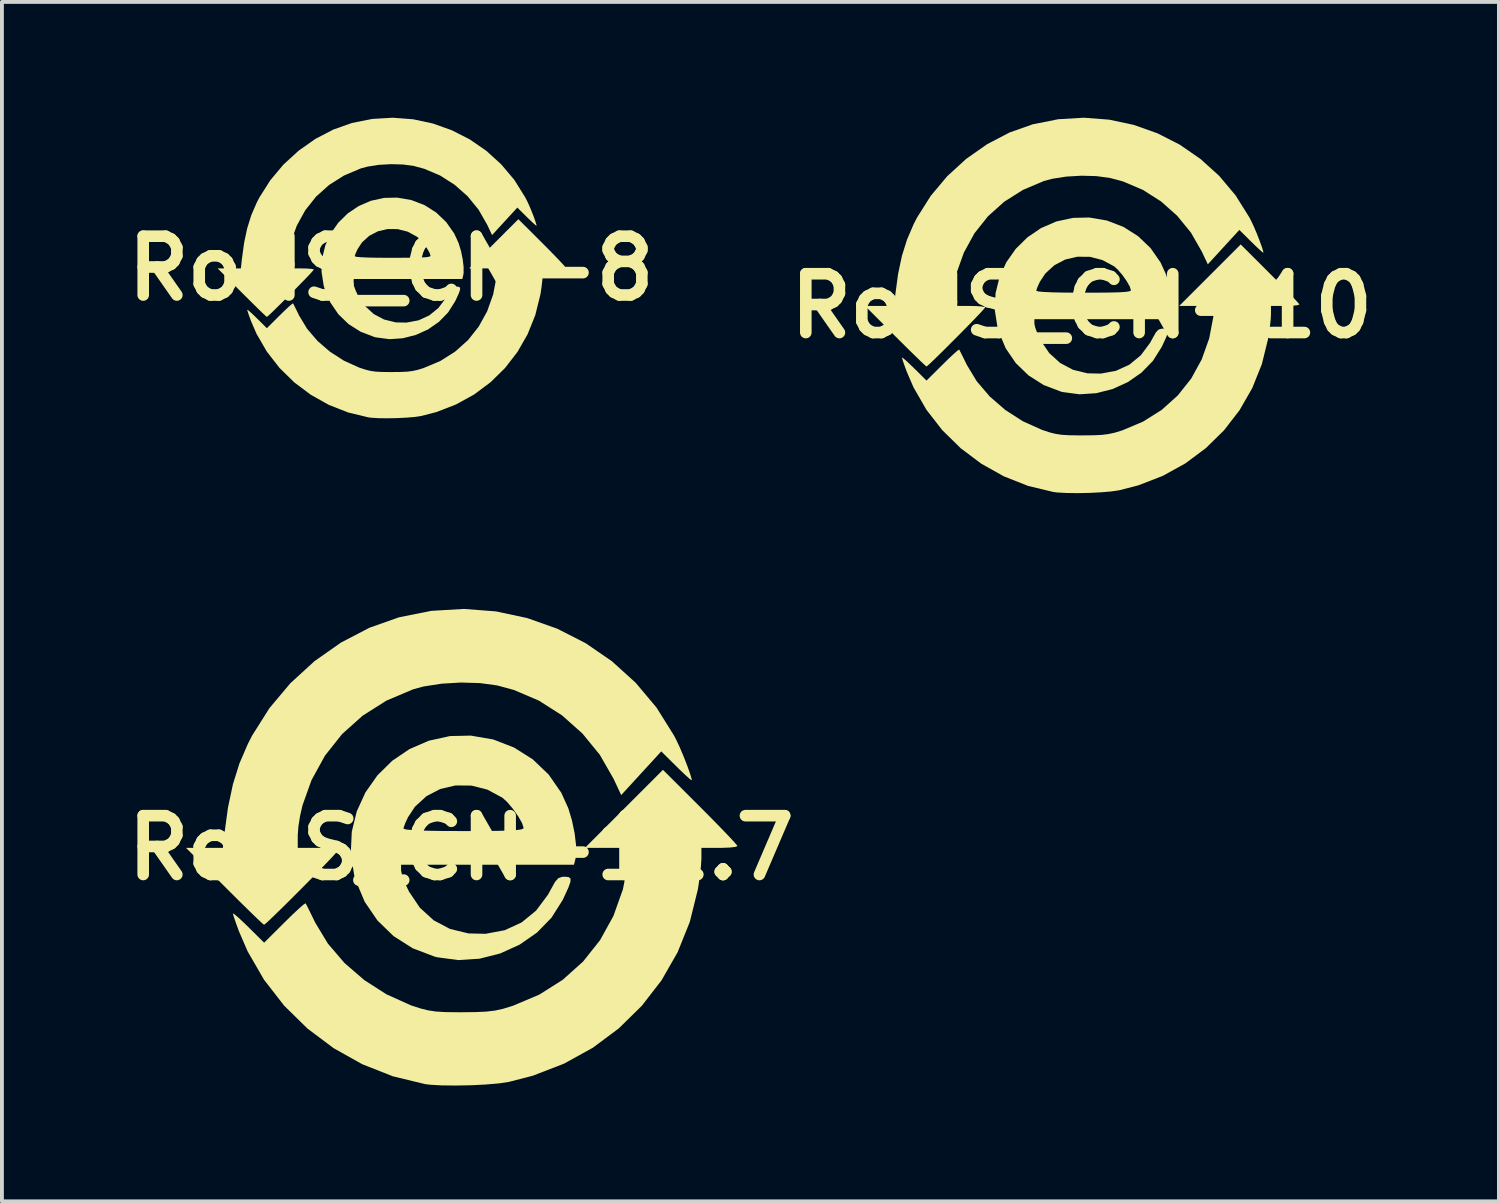
<source format=kicad_pcb>
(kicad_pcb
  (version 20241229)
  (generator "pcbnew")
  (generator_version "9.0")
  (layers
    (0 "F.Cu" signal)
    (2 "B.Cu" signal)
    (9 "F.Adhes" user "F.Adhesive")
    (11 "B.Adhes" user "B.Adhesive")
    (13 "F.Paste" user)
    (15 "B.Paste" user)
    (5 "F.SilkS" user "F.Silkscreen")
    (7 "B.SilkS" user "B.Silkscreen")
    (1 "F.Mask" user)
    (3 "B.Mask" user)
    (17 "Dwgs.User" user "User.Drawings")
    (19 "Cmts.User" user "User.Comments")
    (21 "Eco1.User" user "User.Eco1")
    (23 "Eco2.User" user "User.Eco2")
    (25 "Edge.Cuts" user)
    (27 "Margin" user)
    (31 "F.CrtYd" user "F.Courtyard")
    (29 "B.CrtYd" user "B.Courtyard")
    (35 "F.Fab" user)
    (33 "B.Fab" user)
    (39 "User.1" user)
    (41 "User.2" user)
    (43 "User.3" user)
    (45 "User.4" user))
  (footprint "RoHS_CN-12.7"
    (layer "F.Cu")
    (at 8.897 18.917)
    (property "Reference" "RoHS_CN-12.7" (at 0 0 0) (layer "F.SilkS") (effects (font (size 1.524 1.524) (thickness 0.3))))
    (attr board_only exclude_from_pos_files exclude_from_bom)
    (fp_poly (pts (xy 0.902 -6.127) (xy 1.713 -5.954) (xy 2.492 -5.678) (xy 3.227 -5.303) (xy 3.908 -4.834) (xy 4.524 -4.276) (xy 5.063 -3.634) (xy 5.514 -2.913) (xy 5.571 -2.803) (xy 5.664 -2.606) (xy 5.763 -2.372) (xy 5.856 -2.134) (xy 5.93 -1.927) (xy 5.972 -1.784) (xy 5.976 -1.751) (xy 5.936 -1.775) (xy 5.827 -1.871) (xy 5.67 -2.02) (xy 5.581 -2.108) (xy 5.185 -2.5) (xy 4.666 -1.934) (xy 4.147 -1.368) (xy 3.95 -1.789) (xy 3.593 -2.412) (xy 3.142 -2.964) (xy 2.612 -3.435) (xy 2.015 -3.815) (xy 1.365 -4.092) (xy 0.934 -4.209) (xy 0.492 -4.269) (xy -0.004 -4.284) (xy -0.508 -4.254) (xy -0.972 -4.182) (xy -1.245 -4.108) (xy -1.936 -3.815) (xy -2.551 -3.426) (xy -3.084 -2.949) (xy -3.528 -2.389) (xy -3.877 -1.754) (xy -4.107 -1.111) (xy -4.172 -0.833) (xy -4.217 -0.547) (xy -4.233 -0.328) (xy -4.233 0) (xy -3.704 0) (xy -3.465 0.005) (xy -3.282 0.019) (xy -3.184 0.039) (xy -3.175 0.047) (xy -3.217 0.102) (xy -3.332 0.228) (xy -3.505 0.41) (xy -3.72 0.632) (xy -3.962 0.878) (xy -4.215 1.133) (xy -4.463 1.381) (xy -4.692 1.606) (xy -4.884 1.793) (xy -5.025 1.926) (xy -5.1 1.989) (xy -5.106 1.992) (xy -5.157 1.95) (xy -5.283 1.832) (xy -5.471 1.65) (xy -5.708 1.418) (xy -5.981 1.147) (xy -6.132 0.996) (xy -7.127 0) (xy -6.172 0) (xy -6.134 -0.358) (xy -6.04 -1.048) (xy -5.913 -1.646) (xy -5.745 -2.185) (xy -5.525 -2.695) (xy -5.414 -2.912) (xy -4.966 -3.621) (xy -4.423 -4.267) (xy -3.8 -4.837) (xy -3.112 -5.32) (xy -2.374 -5.704) (xy -1.612 -5.973) (xy -0.772 -6.141) (xy 0.07 -6.191)) (stroke (width 0) (type solid)) (fill yes) (layer "F.SilkS"))
    (fp_poly (pts (xy 6.194 -1.059) (xy 6.476 -0.775) (xy 6.725 -0.521) (xy 6.929 -0.308) (xy 7.076 -0.15) (xy 7.152 -0.061) (xy 7.159 -0.047) (xy 7.102 -0.025) (xy 6.951 -0.008) (xy 6.736 -0.000208) (xy 6.692 0) (xy 6.225 0) (xy 6.225 0.272) (xy 6.214 0.464) (xy 6.185 0.727) (xy 6.143 1.013) (xy 6.133 1.077) (xy 5.925 1.916) (xy 5.609 2.703) (xy 5.192 3.431) (xy 4.681 4.091) (xy 4.085 4.676) (xy 3.41 5.179) (xy 2.666 5.59) (xy 1.859 5.902) (xy 1.232 6.064) (xy 0.975 6.102) (xy 0.635 6.131) (xy 0.25 6.15) (xy -0.144 6.157) (xy -0.508 6.153) (xy -0.808 6.136) (xy -0.934 6.12) (xy -1.768 5.918) (xy -2.561 5.605) (xy -3.302 5.19) (xy -3.981 4.681) (xy -4.586 4.087) (xy -5.106 3.417) (xy -5.532 2.68) (xy -5.756 2.162) (xy -5.833 1.95) (xy -5.89 1.785) (xy -5.914 1.7) (xy -5.914 1.697) (xy -5.874 1.718) (xy -5.765 1.811) (xy -5.607 1.959) (xy -5.509 2.055) (xy -5.104 2.456) (xy -4.577 1.932) (xy -4.372 1.731) (xy -4.201 1.571) (xy -4.081 1.467) (xy -4.03 1.435) (xy -4.03 1.435) (xy -3.995 1.5) (xy -3.92 1.65) (xy -3.819 1.856) (xy -3.778 1.94) (xy -3.452 2.48) (xy -3.023 2.981) (xy -2.511 3.424) (xy -1.936 3.793) (xy -1.318 4.072) (xy -1.276 4.087) (xy -1.052 4.16) (xy -0.858 4.209) (xy -0.658 4.239) (xy -0.417 4.254) (xy -0.099 4.258) (xy 0.031 4.258) (xy 0.39 4.254) (xy 0.661 4.241) (xy 0.881 4.214) (xy 1.086 4.169) (xy 1.312 4.1) (xy 1.338 4.092) (xy 2.024 3.802) (xy 2.633 3.417) (xy 3.16 2.944) (xy 3.6 2.39) (xy 3.946 1.763) (xy 4.193 1.069) (xy 4.329 0.358) (xy 4.372 0) (xy 3.789 -0.000001) (xy 3.207 -0.000001) (xy 4.218 -1.011) (xy 5.229 -2.022)) (stroke (width 0) (type solid)) (fill yes) (layer "F.SilkS"))
    (fp_poly (pts (xy 0.831 -2.809) (xy 1.371 -2.6) (xy 1.855 -2.294) (xy 2.267 -1.901) (xy 2.594 -1.43) (xy 2.776 -1.029) (xy 2.871 -0.714) (xy 2.94 -0.38) (xy 2.978 -0.066) (xy 2.978 0.189) (xy 2.964 0.277) (xy 2.924 0.436) (xy -1.556 0.436) (xy -1.556 0.586) (xy -1.528 0.716) (xy -1.455 0.912) (xy -1.354 1.127) (xy -1.07 1.549) (xy -0.712 1.876) (xy -0.288 2.1) (xy 0.19 2.216) (xy 0.631 2.226) (xy 1.129 2.133) (xy 1.567 1.932) (xy 1.942 1.625) (xy 2.25 1.213) (xy 2.333 1.061) (xy 2.435 0.878) (xy 2.52 0.784) (xy 2.62 0.75) (xy 2.682 0.747) (xy 2.783 0.756) (xy 2.834 0.794) (xy 2.832 0.881) (xy 2.776 1.036) (xy 2.665 1.277) (xy 2.627 1.356) (xy 2.341 1.809) (xy 1.964 2.195) (xy 1.515 2.507) (xy 1.013 2.735) (xy 0.478 2.871) (xy -0.073 2.907) (xy -0.62 2.834) (xy -0.69 2.816) (xy -1.253 2.602) (xy -1.749 2.287) (xy -2.167 1.882) (xy -2.498 1.397) (xy -2.732 0.842) (xy -2.771 0.704) (xy -2.859 0.135) (xy -2.833 -0.42) (xy -2.813 -0.501) (xy -1.494 -0.501) (xy -1.432 -0.477) (xy -1.246 -0.459) (xy -0.935 -0.446) (xy -0.502 -0.438) (xy 0.056 -0.436) (xy 0.062 -0.436) (xy 0.56 -0.437) (xy 0.945 -0.441) (xy 1.231 -0.449) (xy 1.428 -0.461) (xy 1.55 -0.477) (xy 1.609 -0.499) (xy 1.619 -0.517) (xy 1.579 -0.642) (xy 1.478 -0.819) (xy 1.341 -1.013) (xy 1.193 -1.188) (xy 1.069 -1.3) (xy 0.681 -1.509) (xy 0.269 -1.614) (xy -0.144 -1.618) (xy -0.54 -1.526) (xy -0.898 -1.34) (xy -1.197 -1.066) (xy -1.375 -0.796) (xy -1.45 -0.637) (xy -1.491 -0.52) (xy -1.494 -0.501) (xy -2.813 -0.501) (xy -2.703 -0.949) (xy -2.478 -1.439) (xy -2.169 -1.879) (xy -1.785 -2.257) (xy -1.338 -2.56) (xy -0.836 -2.777) (xy -0.289 -2.897) (xy 0.249 -2.909)) (stroke (width 0) (type solid)) (fill yes) (layer "F.SilkS")))
  (footprint "RoHS_CN-10"
    (layer "F.Cu")
    (at 24.975 4.876)
    (property "Reference" "RoHS_CN-10" (at 0 0 0) (layer "F.SilkS") (effects (font (size 1.524 1.524) (thickness 0.3))))
    (attr board_only exclude_from_pos_files exclude_from_bom)
    (fp_poly (pts (xy 0.71 -4.826) (xy 1.349 -4.69) (xy 1.963 -4.472) (xy 2.542 -4.177) (xy 3.078 -3.807) (xy 3.563 -3.368) (xy 3.988 -2.862) (xy 4.343 -2.295) (xy 4.388 -2.208) (xy 4.461 -2.053) (xy 4.539 -1.868) (xy 4.612 -1.681) (xy 4.671 -1.518) (xy 4.704 -1.406) (xy 4.707 -1.379) (xy 4.675 -1.398) (xy 4.59 -1.474) (xy 4.466 -1.591) (xy 4.396 -1.66) (xy 4.084 -1.969) (xy 3.675 -1.523) (xy 3.267 -1.078) (xy 3.111 -1.409) (xy 2.83 -1.899) (xy 2.475 -2.334) (xy 2.057 -2.706) (xy 1.587 -3.005) (xy 1.076 -3.223) (xy 0.736 -3.315) (xy 0.387 -3.363) (xy -0.003 -3.374) (xy -0.4 -3.351) (xy -0.765 -3.294) (xy -0.981 -3.236) (xy -1.525 -3.005) (xy -2.009 -2.699) (xy -2.429 -2.322) (xy -2.779 -1.882) (xy -3.053 -1.382) (xy -3.235 -0.875) (xy -3.286 -0.656) (xy -3.322 -0.431) (xy -3.334 -0.258) (xy -3.334 0) (xy -2.918 0) (xy -2.729 0.004) (xy -2.585 0.015) (xy -2.508 0.03) (xy -2.501 0.037) (xy -2.534 0.08) (xy -2.625 0.18) (xy -2.761 0.323) (xy -2.93 0.498) (xy -3.121 0.692) (xy -3.32 0.892) (xy -3.516 1.088) (xy -3.695 1.265) (xy -3.847 1.412) (xy -3.958 1.517) (xy -4.017 1.567) (xy -4.022 1.569) (xy -4.062 1.536) (xy -4.161 1.443) (xy -4.309 1.3) (xy -4.496 1.117) (xy -4.711 0.903) (xy -4.83 0.785) (xy -5.613 0) (xy -4.861 0) (xy -4.831 -0.282) (xy -4.758 -0.825) (xy -4.658 -1.297) (xy -4.525 -1.721) (xy -4.352 -2.123) (xy -4.264 -2.293) (xy -3.911 -2.852) (xy -3.484 -3.361) (xy -2.993 -3.81) (xy -2.451 -4.19) (xy -1.87 -4.493) (xy -1.27 -4.705) (xy -0.608 -4.837) (xy 0.055 -4.876)) (stroke (width 0) (type solid)) (fill yes) (layer "F.SilkS"))
    (fp_poly (pts (xy 4.879 -0.834) (xy 5.101 -0.611) (xy 5.297 -0.41) (xy 5.458 -0.242) (xy 5.573 -0.118) (xy 5.633 -0.048) (xy 5.639 -0.037) (xy 5.594 -0.02) (xy 5.475 -0.006) (xy 5.306 -0.000163) (xy 5.271 0) (xy 4.903 0) (xy 4.903 0.214) (xy 4.895 0.365) (xy 4.872 0.573) (xy 4.839 0.798) (xy 4.83 0.848) (xy 4.667 1.509) (xy 4.418 2.129) (xy 4.089 2.702) (xy 3.687 3.222) (xy 3.217 3.683) (xy 2.686 4.079) (xy 2.1 4.403) (xy 1.464 4.649) (xy 0.971 4.776) (xy 0.768 4.806) (xy 0.5 4.829) (xy 0.197 4.844) (xy -0.113 4.85) (xy -0.4 4.846) (xy -0.636 4.833) (xy -0.736 4.82) (xy -1.393 4.662) (xy -2.017 4.415) (xy -2.601 4.088) (xy -3.135 3.687) (xy -3.612 3.219) (xy -4.022 2.692) (xy -4.357 2.111) (xy -4.533 1.703) (xy -4.595 1.536) (xy -4.639 1.406) (xy -4.658 1.339) (xy -4.658 1.336) (xy -4.626 1.353) (xy -4.541 1.426) (xy -4.417 1.543) (xy -4.339 1.618) (xy -4.021 1.934) (xy -3.605 1.521) (xy -3.444 1.363) (xy -3.309 1.237) (xy -3.214 1.155) (xy -3.174 1.13) (xy -3.174 1.13) (xy -3.147 1.182) (xy -3.088 1.299) (xy -3.008 1.462) (xy -2.976 1.528) (xy -2.719 1.953) (xy -2.381 2.348) (xy -1.978 2.697) (xy -1.525 2.988) (xy -1.038 3.207) (xy -1.005 3.219) (xy -0.829 3.277) (xy -0.676 3.315) (xy -0.518 3.339) (xy -0.328 3.35) (xy -0.078 3.354) (xy 0.025 3.354) (xy 0.307 3.351) (xy 0.521 3.341) (xy 0.694 3.319) (xy 0.855 3.284) (xy 1.033 3.23) (xy 1.054 3.223) (xy 1.594 2.995) (xy 2.074 2.692) (xy 2.489 2.319) (xy 2.836 1.883) (xy 3.108 1.388) (xy 3.303 0.842) (xy 3.41 0.282) (xy 3.444 0) (xy 2.526 0) (xy 3.322 -0.796) (xy 4.119 -1.593)) (stroke (width 0) (type solid)) (fill yes) (layer "F.SilkS"))
    (fp_poly (pts (xy 0.655 -2.212) (xy 1.08 -2.048) (xy 1.461 -1.807) (xy 1.785 -1.497) (xy 2.043 -1.126) (xy 2.187 -0.81) (xy 2.262 -0.562) (xy 2.316 -0.3) (xy 2.345 -0.052) (xy 2.345 0.149) (xy 2.334 0.218) (xy 2.303 0.343) (xy -1.226 0.343) (xy -1.226 0.462) (xy -1.204 0.564) (xy -1.146 0.718) (xy -1.067 0.888) (xy -0.843 1.22) (xy -0.56 1.477) (xy -0.227 1.654) (xy 0.149 1.746) (xy 0.497 1.753) (xy 0.89 1.68) (xy 1.235 1.522) (xy 1.53 1.28) (xy 1.772 0.956) (xy 1.838 0.835) (xy 1.918 0.692) (xy 1.985 0.617) (xy 2.064 0.591) (xy 2.113 0.588) (xy 2.192 0.595) (xy 2.232 0.625) (xy 2.231 0.694) (xy 2.187 0.816) (xy 2.099 1.006) (xy 2.069 1.068) (xy 1.844 1.425) (xy 1.547 1.729) (xy 1.194 1.974) (xy 0.798 2.154) (xy 0.376 2.261) (xy -0.058 2.289) (xy -0.488 2.232) (xy -0.543 2.218) (xy -0.987 2.049) (xy -1.377 1.801) (xy -1.707 1.482) (xy -1.968 1.1) (xy -2.152 0.663) (xy -2.182 0.554) (xy -2.252 0.106) (xy -2.232 -0.331) (xy -2.216 -0.394) (xy -1.177 -0.394) (xy -1.128 -0.376) (xy -0.981 -0.362) (xy -0.737 -0.351) (xy -0.395 -0.345) (xy 0.044 -0.343) (xy 0.049 -0.343) (xy 0.441 -0.344) (xy 0.745 -0.347) (xy 0.969 -0.353) (xy 1.125 -0.363) (xy 1.221 -0.376) (xy 1.267 -0.393) (xy 1.275 -0.407) (xy 1.244 -0.505) (xy 1.164 -0.645) (xy 1.056 -0.798) (xy 0.94 -0.935) (xy 0.842 -1.024) (xy 0.536 -1.189) (xy 0.212 -1.272) (xy -0.114 -1.275) (xy -0.426 -1.202) (xy -0.707 -1.056) (xy -0.943 -0.84) (xy -1.083 -0.627) (xy -1.142 -0.501) (xy -1.175 -0.41) (xy -1.177 -0.394) (xy -2.216 -0.394) (xy -2.129 -0.747) (xy -1.952 -1.133) (xy -1.708 -1.48) (xy -1.406 -1.777) (xy -1.054 -2.017) (xy -0.658 -2.188) (xy -0.228 -2.281) (xy 0.196 -2.291)) (stroke (width 0) (type solid)) (fill yes) (layer "F.SilkS")))
  (footprint "RoHS_CN-8"
    (layer "F.Cu")
    (at 7.083 3.904)
    (property "Reference" "RoHS_CN-8" (at 0 0 0) (layer "F.SilkS") (effects (font (size 1.524 1.524) (thickness 0.3))))
    (attr board_only exclude_from_pos_files exclude_from_bom)
    (fp_poly (pts (xy 0.569 -3.864) (xy 1.08 -3.755) (xy 1.571 -3.58) (xy 2.035 -3.344) (xy 2.465 -3.048) (xy 2.853 -2.696) (xy 3.193 -2.292) (xy 3.477 -1.837) (xy 3.513 -1.767) (xy 3.571 -1.644) (xy 3.634 -1.496) (xy 3.693 -1.346) (xy 3.739 -1.215) (xy 3.766 -1.125) (xy 3.769 -1.104) (xy 3.743 -1.12) (xy 3.675 -1.18) (xy 3.576 -1.274) (xy 3.519 -1.329) (xy 3.27 -1.576) (xy 2.943 -1.22) (xy 2.615 -0.863) (xy 2.491 -1.128) (xy 2.266 -1.521) (xy 1.982 -1.869) (xy 1.647 -2.166) (xy 1.271 -2.406) (xy 0.861 -2.58) (xy 0.589 -2.654) (xy 0.31 -2.692) (xy -0.003 -2.701) (xy -0.32 -2.683) (xy -0.613 -2.637) (xy -0.785 -2.591) (xy -1.221 -2.406) (xy -1.609 -2.161) (xy -1.945 -1.859) (xy -2.225 -1.506) (xy -2.445 -1.106) (xy -2.59 -0.701) (xy -2.631 -0.525) (xy -2.659 -0.345) (xy -2.67 -0.207) (xy -2.67 0) (xy -2.336 0) (xy -2.185 0.003) (xy -2.07 0.012) (xy -2.008 0.024) (xy -2.002 0.03) (xy -2.029 0.064) (xy -2.101 0.144) (xy -2.21 0.259) (xy -2.346 0.398) (xy -2.499 0.554) (xy -2.658 0.715) (xy -2.815 0.871) (xy -2.959 1.013) (xy -3.08 1.131) (xy -3.169 1.215) (xy -3.216 1.254) (xy -3.22 1.256) (xy -3.252 1.23) (xy -3.332 1.155) (xy -3.45 1.041) (xy -3.599 0.894) (xy -3.772 0.723) (xy -3.867 0.628) (xy -4.494 0) (xy -3.892 0) (xy -3.868 -0.226) (xy -3.809 -0.661) (xy -3.729 -1.038) (xy -3.623 -1.378) (xy -3.484 -1.699) (xy -3.414 -1.836) (xy -3.131 -2.283) (xy -2.789 -2.691) (xy -2.396 -3.05) (xy -1.963 -3.355) (xy -1.497 -3.597) (xy -1.017 -3.767) (xy -0.487 -3.873) (xy 0.044 -3.904)) (stroke (width 0) (type solid)) (fill yes) (layer "F.SilkS"))
    (fp_poly (pts (xy 3.906 -0.668) (xy 4.084 -0.489) (xy 4.241 -0.328) (xy 4.37 -0.194) (xy 4.462 -0.095) (xy 4.51 -0.039) (xy 4.515 -0.03) (xy 4.479 -0.016) (xy 4.383 -0.005) (xy 4.248 -0.000131) (xy 4.22 0) (xy 3.926 0) (xy 3.926 0.172) (xy 3.919 0.292) (xy 3.9 0.459) (xy 3.874 0.639) (xy 3.867 0.679) (xy 3.736 1.208) (xy 3.537 1.704) (xy 3.274 2.163) (xy 2.952 2.58) (xy 2.576 2.949) (xy 2.151 3.266) (xy 1.681 3.525) (xy 1.172 3.722) (xy 0.777 3.824) (xy 0.615 3.848) (xy 0.4 3.866) (xy 0.158 3.878) (xy -0.091 3.883) (xy -0.321 3.88) (xy -0.509 3.869) (xy -0.589 3.859) (xy -1.115 3.732) (xy -1.615 3.535) (xy -2.082 3.273) (xy -2.51 2.952) (xy -2.892 2.577) (xy -3.22 2.155) (xy -3.489 1.69) (xy -3.63 1.363) (xy -3.679 1.229) (xy -3.714 1.125) (xy -3.729 1.072) (xy -3.73 1.07) (xy -3.704 1.083) (xy -3.635 1.142) (xy -3.536 1.235) (xy -3.474 1.296) (xy -3.219 1.549) (xy -2.887 1.218) (xy -2.757 1.092) (xy -2.649 0.99) (xy -2.573 0.925) (xy -2.541 0.905) (xy -2.541 0.905) (xy -2.519 0.946) (xy -2.472 1.04) (xy -2.408 1.17) (xy -2.383 1.223) (xy -2.177 1.564) (xy -1.906 1.88) (xy -1.583 2.159) (xy -1.221 2.392) (xy -0.831 2.568) (xy -0.805 2.577) (xy -0.663 2.623) (xy -0.541 2.654) (xy -0.415 2.673) (xy -0.263 2.682) (xy -0.062 2.685) (xy 0.02 2.685) (xy 0.246 2.683) (xy 0.417 2.675) (xy 0.555 2.658) (xy 0.685 2.629) (xy 0.827 2.586) (xy 0.844 2.58) (xy 1.276 2.398) (xy 1.66 2.155) (xy 1.993 1.857) (xy 2.27 1.507) (xy 2.488 1.112) (xy 2.644 0.674) (xy 2.73 0.226) (xy 2.757 0) (xy 2.022 0) (xy 3.297 -1.275)) (stroke (width 0) (type solid)) (fill yes) (layer "F.SilkS"))
    (fp_poly (pts (xy 0.524 -1.771) (xy 0.865 -1.64) (xy 1.169 -1.447) (xy 1.429 -1.198) (xy 1.636 -0.902) (xy 1.751 -0.649) (xy 1.811 -0.45) (xy 1.854 -0.24) (xy 1.878 -0.042) (xy 1.878 0.119) (xy 1.869 0.174) (xy 1.844 0.275) (xy -0.981 0.275) (xy -0.981 0.37) (xy -0.964 0.452) (xy -0.918 0.575) (xy -0.854 0.711) (xy -0.675 0.977) (xy -0.449 1.183) (xy -0.182 1.324) (xy 0.12 1.398) (xy 0.398 1.404) (xy 0.712 1.345) (xy 0.988 1.218) (xy 1.225 1.025) (xy 1.419 0.765) (xy 1.471 0.669) (xy 1.535 0.554) (xy 1.589 0.494) (xy 1.652 0.473) (xy 1.691 0.471) (xy 1.755 0.477) (xy 1.787 0.501) (xy 1.786 0.556) (xy 1.751 0.653) (xy 1.681 0.805) (xy 1.657 0.855) (xy 1.476 1.141) (xy 1.239 1.384) (xy 0.956 1.581) (xy 0.639 1.724) (xy 0.301 1.81) (xy -0.046 1.833) (xy -0.391 1.787) (xy -0.435 1.776) (xy -0.79 1.641) (xy -1.103 1.442) (xy -1.367 1.187) (xy -1.575 0.881) (xy -1.723 0.531) (xy -1.747 0.444) (xy -1.803 0.085) (xy -1.787 -0.265) (xy -1.774 -0.316) (xy -0.942 -0.316) (xy -0.903 -0.301) (xy -0.786 -0.29) (xy -0.59 -0.281) (xy -0.316 -0.276) (xy 0.035 -0.275) (xy 0.039 -0.275) (xy 0.353 -0.276) (xy 0.596 -0.278) (xy 0.776 -0.283) (xy 0.901 -0.29) (xy 0.978 -0.301) (xy 1.014 -0.315) (xy 1.021 -0.326) (xy 0.996 -0.405) (xy 0.932 -0.516) (xy 0.846 -0.639) (xy 0.752 -0.749) (xy 0.674 -0.819) (xy 0.429 -0.952) (xy 0.17 -1.018) (xy -0.091 -1.02) (xy -0.341 -0.962) (xy -0.566 -0.845) (xy -0.755 -0.673) (xy -0.867 -0.502) (xy -0.914 -0.401) (xy -0.94 -0.328) (xy -0.942 -0.316) (xy -1.774 -0.316) (xy -1.704 -0.598) (xy -1.563 -0.907) (xy -1.368 -1.185) (xy -1.126 -1.423) (xy -0.843 -1.614) (xy -0.527 -1.751) (xy -0.182 -1.827) (xy 0.157 -1.834)) (stroke (width 0) (type solid)) (fill yes) (layer "F.SilkS")))
  (gr_rect
    (start -3 -3)
    (end 35.784 28.074)
    (stroke (width 0.1) (type default))
    (fill no)
    (layer "Edge.Cuts")))
</source>
